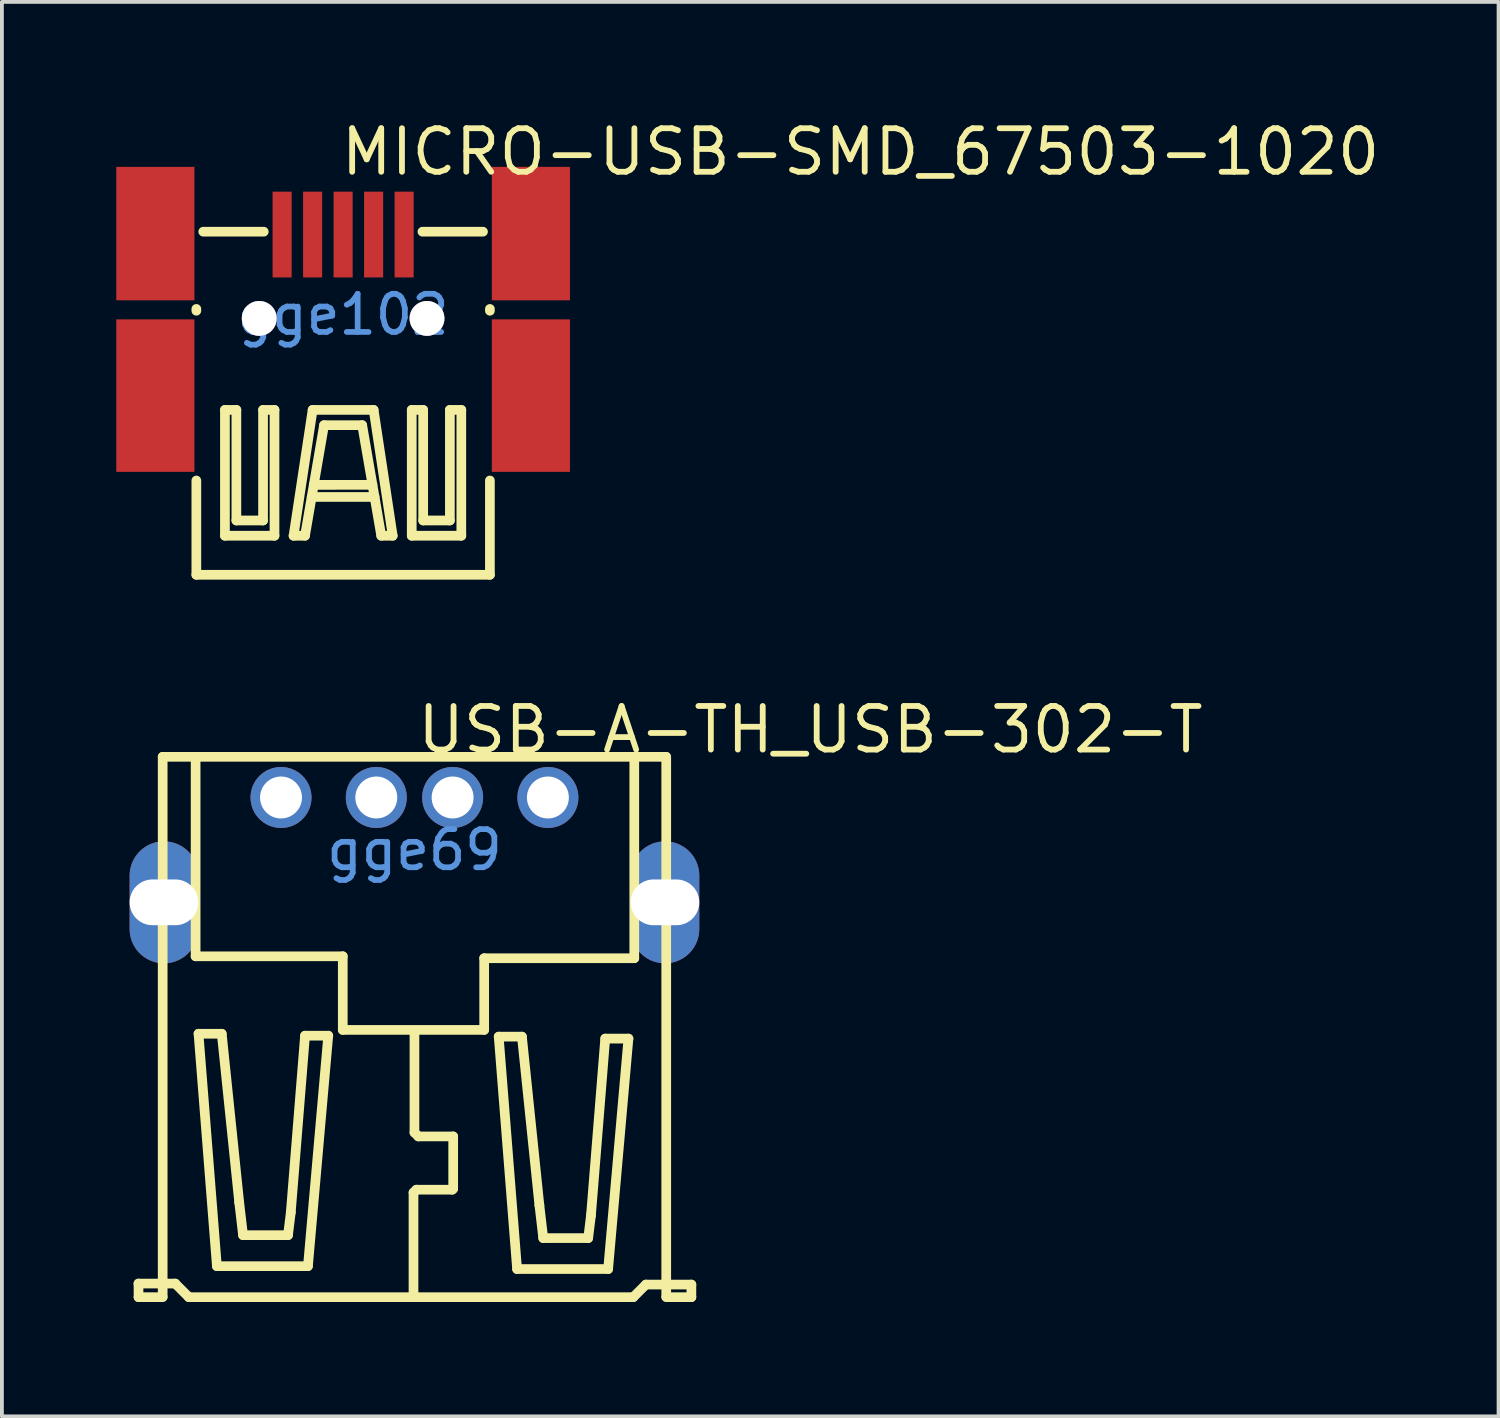
<source format=kicad_pcb>
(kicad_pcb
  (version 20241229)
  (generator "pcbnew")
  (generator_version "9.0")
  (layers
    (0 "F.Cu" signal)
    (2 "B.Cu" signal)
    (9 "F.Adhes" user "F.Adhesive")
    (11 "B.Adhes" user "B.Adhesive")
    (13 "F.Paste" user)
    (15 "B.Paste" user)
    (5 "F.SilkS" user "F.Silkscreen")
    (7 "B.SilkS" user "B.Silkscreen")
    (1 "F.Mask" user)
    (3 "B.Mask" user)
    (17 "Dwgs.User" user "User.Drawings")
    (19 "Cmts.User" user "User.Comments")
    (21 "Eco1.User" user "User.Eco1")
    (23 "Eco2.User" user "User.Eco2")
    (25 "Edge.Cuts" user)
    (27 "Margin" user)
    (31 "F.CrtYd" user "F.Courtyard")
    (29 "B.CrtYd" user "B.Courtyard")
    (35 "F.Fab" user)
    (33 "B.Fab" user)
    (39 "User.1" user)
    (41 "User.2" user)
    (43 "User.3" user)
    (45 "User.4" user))
  (footprint "USB-A-TH_USB-302-T"
    (layer "F.Cu")
    (at 7.821 19.243)
    (property "Reference" "USB-A-TH_USB-302-T" (at 0 -3.153 0) (layer "F.SilkS") (effects (font (size 1.143 1.143) (thickness 0.152)) (justify left)))
    (attr through_hole)
    (fp_line (start -7.239 11.375) (end -6.274 11.375) (stroke (width 0.254) (type solid)) (layer "F.SilkS"))
    (fp_line (start -7.239 11.731) (end -6.604 11.731) (stroke (width 0.254) (type solid)) (layer "F.SilkS"))
    (fp_line (start -7.236 11.731) (end -7.239 11.375) (stroke (width 0.254) (type solid)) (layer "F.SilkS"))
    (fp_line (start -6.604 -2.442) (end -6.604 11.718) (stroke (width 0.254) (type solid)) (layer "F.SilkS"))
    (fp_line (start -6.604 -2.442) (end 6.596 -2.442) (stroke (width 0.254) (type solid)) (layer "F.SilkS"))
    (fp_line (start -6.274 11.375) (end -5.918 11.731) (stroke (width 0.254) (type solid)) (layer "F.SilkS"))
    (fp_line (start -5.918 11.731) (end 5.74 11.731) (stroke (width 0.254) (type solid)) (layer "F.SilkS"))
    (fp_line (start -5.74 -2.417) (end -5.74 2.79) (stroke (width 0.254) (type solid)) (layer "F.SilkS"))
    (fp_line (start -5.74 2.79) (end -1.88 2.79) (stroke (width 0.254) (type solid)) (layer "F.SilkS"))
    (fp_line (start -5.664 4.822) (end -5.182 10.918) (stroke (width 0.254) (type solid)) (layer "F.SilkS"))
    (fp_line (start -5.182 10.918) (end -2.794 10.918) (stroke (width 0.254) (type solid)) (layer "F.SilkS"))
    (fp_line (start -5.055 4.822) (end -5.664 4.822) (stroke (width 0.254) (type solid)) (layer "F.SilkS"))
    (fp_line (start -4.597 9.242) (end -5.055 4.822) (stroke (width 0.254) (type solid)) (layer "F.SilkS"))
    (fp_line (start -4.496 10.105) (end -4.597 9.242) (stroke (width 0.254) (type solid)) (layer "F.SilkS"))
    (fp_line (start -3.317 10.105) (end -4.496 10.105) (stroke (width 0.254) (type solid)) (layer "F.SilkS"))
    (fp_line (start -3.244 9.511) (end -3.317 10.105) (stroke (width 0.254) (type solid)) (layer "F.SilkS"))
    (fp_line (start -2.87 4.873) (end -3.244 9.511) (stroke (width 0.254) (type solid)) (layer "F.SilkS"))
    (fp_line (start -2.794 10.918) (end -2.261 4.873) (stroke (width 0.254) (type solid)) (layer "F.SilkS"))
    (fp_line (start -2.261 4.873) (end -2.87 4.873) (stroke (width 0.254) (type solid)) (layer "F.SilkS"))
    (fp_line (start -1.88 2.79) (end -1.88 4.721) (stroke (width 0.254) (type solid)) (layer "F.SilkS"))
    (fp_line (start -1.88 4.721) (end 1.829 4.721) (stroke (width 0.254) (type solid)) (layer "F.SilkS"))
    (fp_line (start -0.025 8.988) (end -0.025 11.731) (stroke (width 0.254) (type solid)) (layer "F.SilkS"))
    (fp_line (start 0 4.746) (end 0 7.413) (stroke (width 0.254) (type solid)) (layer "F.SilkS"))
    (fp_line (start 0 7.413) (end 0.102 7.515) (stroke (width 0.254) (type solid)) (layer "F.SilkS"))
    (fp_line (start 0.051 8.912) (end -0.025 8.988) (stroke (width 0.254) (type solid)) (layer "F.SilkS"))
    (fp_line (start 0.102 7.515) (end 1.016 7.515) (stroke (width 0.254) (type solid)) (layer "F.SilkS"))
    (fp_line (start 0.991 8.912) (end 0.051 8.912) (stroke (width 0.254) (type solid)) (layer "F.SilkS"))
    (fp_line (start 1.016 7.515) (end 1.016 8.886) (stroke (width 0.254) (type solid)) (layer "F.SilkS"))
    (fp_line (start 1.016 8.886) (end 0.991 8.912) (stroke (width 0.254) (type solid)) (layer "F.SilkS"))
    (fp_line (start 1.829 2.841) (end 5.766 2.841) (stroke (width 0.254) (type solid)) (layer "F.SilkS"))
    (fp_line (start 1.829 4.721) (end 1.829 2.841) (stroke (width 0.254) (type solid)) (layer "F.SilkS"))
    (fp_line (start 2.21 4.898) (end 2.692 10.994) (stroke (width 0.254) (type solid)) (layer "F.SilkS"))
    (fp_line (start 2.692 10.994) (end 5.08 10.994) (stroke (width 0.254) (type solid)) (layer "F.SilkS"))
    (fp_line (start 2.819 4.898) (end 2.21 4.898) (stroke (width 0.254) (type solid)) (layer "F.SilkS"))
    (fp_line (start 3.277 9.318) (end 2.819 4.898) (stroke (width 0.254) (type solid)) (layer "F.SilkS"))
    (fp_line (start 3.378 10.182) (end 3.277 9.318) (stroke (width 0.254) (type solid)) (layer "F.SilkS"))
    (fp_line (start 4.557 10.182) (end 3.378 10.182) (stroke (width 0.254) (type solid)) (layer "F.SilkS"))
    (fp_line (start 4.63 9.587) (end 4.557 10.182) (stroke (width 0.254) (type solid)) (layer "F.SilkS"))
    (fp_line (start 5.004 4.949) (end 4.63 9.587) (stroke (width 0.254) (type solid)) (layer "F.SilkS"))
    (fp_line (start 5.08 10.994) (end 5.613 4.949) (stroke (width 0.254) (type solid)) (layer "F.SilkS"))
    (fp_line (start 5.613 4.949) (end 5.004 4.949) (stroke (width 0.254) (type solid)) (layer "F.SilkS"))
    (fp_line (start 5.74 11.731) (end 6.071 11.401) (stroke (width 0.254) (type solid)) (layer "F.SilkS"))
    (fp_line (start 5.766 2.841) (end 5.766 -2.442) (stroke (width 0.254) (type solid)) (layer "F.SilkS"))
    (fp_line (start 6.071 11.401) (end 7.264 11.401) (stroke (width 0.254) (type solid)) (layer "F.SilkS"))
    (fp_line (start 6.604 -2.442) (end 6.604 11.718) (stroke (width 0.254) (type solid)) (layer "F.SilkS"))
    (fp_line (start 7.264 11.401) (end 7.264 11.731) (stroke (width 0.254) (type solid)) (layer "F.SilkS"))
    (fp_line (start 7.264 11.731) (end 6.604 11.731) (stroke (width 0.254) (type solid)) (layer "F.SilkS"))
    (fp_text user "gge69" (at 0 0 0) (layer "Cmts.User") (effects (font (size 1 1) (thickness 0.15))))
    (pad "1" thru_hole circle (at -3.5 -1.375) (size 1.6 1.6) (drill 1.1) (layers "*.Cu" "*.Paste" "*.Mask"))
    (pad "2" thru_hole circle (at -1.001 -1.375) (size 1.6 1.6) (drill 1.1) (layers "*.Cu" "*.Paste" "*.Mask"))
    (pad "3" thru_hole circle (at 1.001 -1.375) (size 1.6 1.6) (drill 1.1) (layers "*.Cu" "*.Paste" "*.Mask"))
    (pad "4" thru_hole circle (at 3.5 -1.375) (size 1.6 1.6) (drill 1.1) (layers "*.Cu" "*.Paste" "*.Mask"))
    (pad "5" thru_hole oval (at -6.571 1.375 90) (size 3.2 1.8) (drill oval 1.2 2.5) (layers "*.Cu" "*.Paste" "*.Mask"))
    (pad "6" thru_hole oval (at 6.571 1.375 90) (size 3.2 1.8) (drill oval 1.2 2.5) (layers "*.Cu" "*.Paste" "*.Mask")))
  (footprint "MICRO-USB-SMD_67503-1020"
    (layer "F.Cu")
    (at 5.95 5.202)
    (property "Reference" "MICRO-USB-SMD_67503-1020" (at -0.135 -4.267 0) (layer "F.SilkS") (effects (font (size 1.143 1.143) (thickness 0.152)) (justify left)))
    (attr smd)
    (fp_line (start -3.85 -0.101) (end -3.85 -0.149) (stroke (width 0.254) (type solid)) (layer "F.SilkS"))
    (fp_line (start -3.85 6.825) (end -3.85 4.351) (stroke (width 0.254) (type solid)) (layer "F.SilkS"))
    (fp_line (start -3.85 6.825) (end 3.85 6.825) (stroke (width 0.254) (type solid)) (layer "F.SilkS"))
    (fp_line (start -3.1 2.5) (end -3.1 5.8) (stroke (width 0.254) (type solid)) (layer "F.SilkS"))
    (fp_line (start -3.1 5.8) (end -1.8 5.8) (stroke (width 0.254) (type solid)) (layer "F.SilkS"))
    (fp_line (start -2.8 2.5) (end -3.1 2.5) (stroke (width 0.254) (type solid)) (layer "F.SilkS"))
    (fp_line (start -2.8 5.4) (end -2.8 2.5) (stroke (width 0.254) (type solid)) (layer "F.SilkS"))
    (fp_line (start -2.1 2.5) (end -2.1 5.4) (stroke (width 0.254) (type solid)) (layer "F.SilkS"))
    (fp_line (start -2.1 5.4) (end -2.8 5.4) (stroke (width 0.254) (type solid)) (layer "F.SilkS"))
    (fp_line (start -2.081 -2.175) (end -3.669 -2.175) (stroke (width 0.254) (type solid)) (layer "F.SilkS"))
    (fp_line (start -1.8 2.5) (end -2.1 2.5) (stroke (width 0.254) (type solid)) (layer "F.SilkS"))
    (fp_line (start -1.8 5.8) (end -1.8 2.5) (stroke (width 0.254) (type solid)) (layer "F.SilkS"))
    (fp_line (start -1.3 5.8) (end -0.8 2.5) (stroke (width 0.254) (type solid)) (layer "F.SilkS"))
    (fp_line (start -1 5.8) (end -1.3 5.8) (stroke (width 0.254) (type solid)) (layer "F.SilkS"))
    (fp_line (start -0.825 4.783) (end 0.825 4.783) (stroke (width 0.254) (type solid)) (layer "F.SilkS"))
    (fp_line (start -0.8 2.5) (end 0.8 2.5) (stroke (width 0.254) (type solid)) (layer "F.SilkS"))
    (fp_line (start -0.77 4.466) (end 0.77 4.465) (stroke (width 0.254) (type solid)) (layer "F.SilkS"))
    (fp_line (start -0.5 2.9) (end -1 5.8) (stroke (width 0.254) (type solid)) (layer "F.SilkS"))
    (fp_line (start 0.5 2.9) (end -0.5 2.9) (stroke (width 0.254) (type solid)) (layer "F.SilkS"))
    (fp_line (start 0.8 2.5) (end 1.3 5.8) (stroke (width 0.254) (type solid)) (layer "F.SilkS"))
    (fp_line (start 1 5.8) (end 0.5 2.9) (stroke (width 0.254) (type solid)) (layer "F.SilkS"))
    (fp_line (start 1.3 5.8) (end 1 5.8) (stroke (width 0.254) (type solid)) (layer "F.SilkS"))
    (fp_line (start 1.8 2.5) (end 1.8 5.8) (stroke (width 0.254) (type solid)) (layer "F.SilkS"))
    (fp_line (start 1.8 5.8) (end 3.1 5.8) (stroke (width 0.254) (type solid)) (layer "F.SilkS"))
    (fp_line (start 2.1 2.5) (end 1.8 2.5) (stroke (width 0.254) (type solid)) (layer "F.SilkS"))
    (fp_line (start 2.1 5.4) (end 2.1 2.5) (stroke (width 0.254) (type solid)) (layer "F.SilkS"))
    (fp_line (start 2.8 2.5) (end 2.8 5.4) (stroke (width 0.254) (type solid)) (layer "F.SilkS"))
    (fp_line (start 2.8 5.4) (end 2.1 5.4) (stroke (width 0.254) (type solid)) (layer "F.SilkS"))
    (fp_line (start 3.1 2.5) (end 2.8 2.5) (stroke (width 0.254) (type solid)) (layer "F.SilkS"))
    (fp_line (start 3.1 5.8) (end 3.1 2.5) (stroke (width 0.254) (type solid)) (layer "F.SilkS"))
    (fp_line (start 3.669 -2.175) (end 2.081 -2.175) (stroke (width 0.254) (type solid)) (layer "F.SilkS"))
    (fp_line (start 3.85 -0.101) (end 3.85 -0.149) (stroke (width 0.254) (type solid)) (layer "F.SilkS"))
    (fp_line (start 3.85 6.825) (end 3.85 4.351) (stroke (width 0.254) (type solid)) (layer "F.SilkS"))
    (fp_text user "gge102" (at 0 0 0) (layer "Cmts.User") (effects (font (size 1 1) (thickness 0.15))))
    (pad "" thru_hole circle (at -2.2 0.1 180) (size 0.914 0.914) (drill 0.914) (layers "*.Cu" "*.Paste" "*.Mask"))
    (pad "" thru_hole circle (at 2.2 0.1 180) (size 0.914 0.914) (drill 0.914) (layers "*.Cu" "*.Paste" "*.Mask"))
    (pad "1" smd rect (at -1.6 -2.1 90) (size 2.25 0.5) (layers "F.Cu" "F.Mask" "F.Paste"))
    (pad "2" smd rect (at -0.8 -2.1 90) (size 2.25 0.5) (layers "F.Cu" "F.Mask" "F.Paste"))
    (pad "3" smd rect (at 0 -2.1 90) (size 2.25 0.5) (layers "F.Cu" "F.Mask" "F.Paste"))
    (pad "4" smd rect (at 0.8 -2.1 90) (size 2.25 0.5) (layers "F.Cu" "F.Mask" "F.Paste"))
    (pad "5" smd rect (at 1.6 -2.1 90) (size 2.25 0.5) (layers "F.Cu" "F.Mask" "F.Paste"))
    (pad "6" smd rect (at -4.925 -2.125 90) (size 3.5 2.05) (layers "F.Cu" "F.Mask" "F.Paste"))
    (pad "6" smd rect (at -4.925 2.125 90) (size 4 2.05) (layers "F.Cu" "F.Mask" "F.Paste"))
    (pad "6" smd rect (at 4.925 -2.125 90) (size 3.5 2.05) (layers "F.Cu" "F.Mask" "F.Paste"))
    (pad "6" smd rect (at 4.925 2.125 90) (size 4 2.05) (layers "F.Cu" "F.Mask" "F.Paste")))
  (gr_rect
    (start -3 -3)
    (end 36.257 34.101)
    (stroke (width 0.1) (type default))
    (fill no)
    (layer "Edge.Cuts")))
</source>
